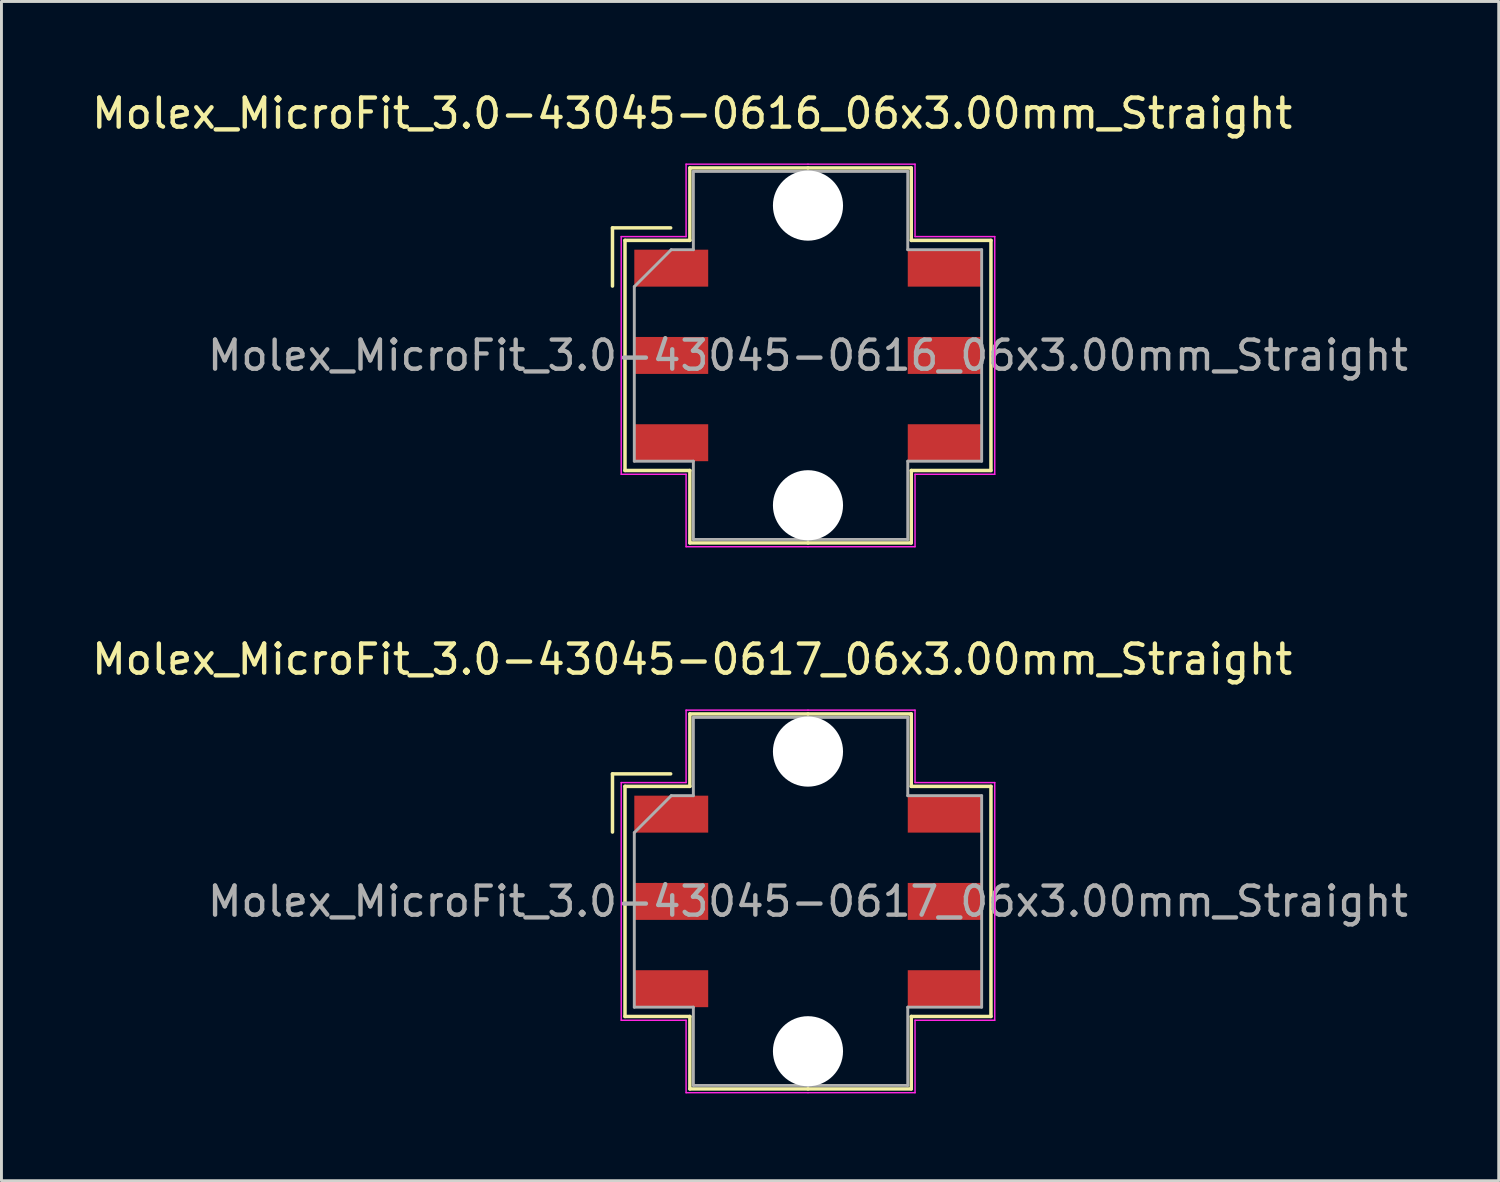
<source format=kicad_pcb>
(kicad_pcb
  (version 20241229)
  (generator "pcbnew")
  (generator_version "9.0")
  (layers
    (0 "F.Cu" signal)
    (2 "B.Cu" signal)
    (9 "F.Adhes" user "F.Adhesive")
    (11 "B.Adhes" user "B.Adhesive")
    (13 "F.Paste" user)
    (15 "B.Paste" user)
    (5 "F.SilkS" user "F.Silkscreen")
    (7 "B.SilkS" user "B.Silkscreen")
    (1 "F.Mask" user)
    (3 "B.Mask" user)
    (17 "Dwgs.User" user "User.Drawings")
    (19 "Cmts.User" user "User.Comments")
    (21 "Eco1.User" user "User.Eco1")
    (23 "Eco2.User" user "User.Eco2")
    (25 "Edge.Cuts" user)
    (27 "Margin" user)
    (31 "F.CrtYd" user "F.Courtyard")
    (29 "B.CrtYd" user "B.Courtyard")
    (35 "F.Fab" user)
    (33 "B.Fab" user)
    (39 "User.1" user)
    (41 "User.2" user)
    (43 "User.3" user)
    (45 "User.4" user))
  (footprint "Molex_MicroFit_3.0-43045-0616_06x3.00mm_Straight"
    (layer "F.Cu")
    (at 24.724 9.168)
    (property "Reference" "Molex_MicroFit_3.0-43045-0616_06x3.00mm_Straight" (at -3.98 -8.32 0) (layer "F.SilkS") (effects (font (size 1 1) (thickness 0.15))))
    (attr smd)
    (fp_line (start -6.72 -4.385) (end -6.72 -2.385) (stroke (width 0.12) (type solid)) (layer "F.SilkS"))
    (fp_line (start -6.29 -3.955) (end -4.06 -3.955) (stroke (width 0.12) (type solid)) (layer "F.SilkS"))
    (fp_line (start -6.29 3.955) (end -6.29 -3.955) (stroke (width 0.12) (type solid)) (layer "F.SilkS"))
    (fp_line (start -4.72 -4.385) (end -6.72 -4.385) (stroke (width 0.12) (type solid)) (layer "F.SilkS"))
    (fp_line (start -4.06 -6.445) (end 0 -6.445) (stroke (width 0.12) (type solid)) (layer "F.SilkS"))
    (fp_line (start -4.06 -3.955) (end -4.06 -6.445) (stroke (width 0.12) (type solid)) (layer "F.SilkS"))
    (fp_line (start -4.06 3.955) (end -6.29 3.955) (stroke (width 0.12) (type solid)) (layer "F.SilkS"))
    (fp_line (start -4.06 6.445) (end -4.06 3.955) (stroke (width 0.12) (type solid)) (layer "F.SilkS"))
    (fp_line (start 0 -6.445) (end 3.55 -6.445) (stroke (width 0.12) (type solid)) (layer "F.SilkS"))
    (fp_line (start 0 6.445) (end -4.06 6.445) (stroke (width 0.12) (type solid)) (layer "F.SilkS"))
    (fp_line (start 3.55 -6.445) (end 3.55 -3.955) (stroke (width 0.12) (type solid)) (layer "F.SilkS"))
    (fp_line (start 3.55 -3.955) (end 6.29 -3.955) (stroke (width 0.12) (type solid)) (layer "F.SilkS"))
    (fp_line (start 3.55 3.955) (end 3.55 6.445) (stroke (width 0.12) (type solid)) (layer "F.SilkS"))
    (fp_line (start 3.55 6.445) (end 0 6.445) (stroke (width 0.12) (type solid)) (layer "F.SilkS"))
    (fp_line (start 6.29 -3.955) (end 6.29 3.955) (stroke (width 0.12) (type solid)) (layer "F.SilkS"))
    (fp_line (start 6.29 3.955) (end 3.55 3.955) (stroke (width 0.12) (type solid)) (layer "F.SilkS"))
    (fp_line (start -6.42 -4.085) (end -4.19 -4.085) (stroke (width 0.05) (type solid)) (layer "F.CrtYd"))
    (fp_line (start -6.42 4.085) (end -6.42 -4.085) (stroke (width 0.05) (type solid)) (layer "F.CrtYd"))
    (fp_line (start -4.19 -6.575) (end 0 -6.575) (stroke (width 0.05) (type solid)) (layer "F.CrtYd"))
    (fp_line (start -4.19 -4.085) (end -4.19 -6.575) (stroke (width 0.05) (type solid)) (layer "F.CrtYd"))
    (fp_line (start -4.19 4.085) (end -6.42 4.085) (stroke (width 0.05) (type solid)) (layer "F.CrtYd"))
    (fp_line (start -4.19 6.575) (end -4.19 4.085) (stroke (width 0.05) (type solid)) (layer "F.CrtYd"))
    (fp_line (start 0 -6.575) (end 3.68 -6.575) (stroke (width 0.05) (type solid)) (layer "F.CrtYd"))
    (fp_line (start 0 6.575) (end -4.19 6.575) (stroke (width 0.05) (type solid)) (layer "F.CrtYd"))
    (fp_line (start 3.68 -6.575) (end 3.68 -4.085) (stroke (width 0.05) (type solid)) (layer "F.CrtYd"))
    (fp_line (start 3.68 -4.085) (end 6.42 -4.085) (stroke (width 0.05) (type solid)) (layer "F.CrtYd"))
    (fp_line (start 3.68 4.085) (end 3.68 6.575) (stroke (width 0.05) (type solid)) (layer "F.CrtYd"))
    (fp_line (start 3.68 6.575) (end 0 6.575) (stroke (width 0.05) (type solid)) (layer "F.CrtYd"))
    (fp_line (start 6.42 -4.085) (end 6.42 4.085) (stroke (width 0.05) (type solid)) (layer "F.CrtYd"))
    (fp_line (start 6.42 4.085) (end 3.68 4.085) (stroke (width 0.05) (type solid)) (layer "F.CrtYd"))
    (fp_line (start -5.97 -2.365) (end -4.7 -3.635) (stroke (width 0.1) (type solid)) (layer "F.Fab"))
    (fp_line (start -5.97 3.635) (end -5.97 -2.365) (stroke (width 0.1) (type solid)) (layer "F.Fab"))
    (fp_line (start -4.7 -3.635) (end -3.94 -3.635) (stroke (width 0.1) (type solid)) (layer "F.Fab"))
    (fp_line (start -3.94 -6.325) (end 0 -6.325) (stroke (width 0.1) (type solid)) (layer "F.Fab"))
    (fp_line (start -3.94 -3.635) (end -3.94 -6.325) (stroke (width 0.1) (type solid)) (layer "F.Fab"))
    (fp_line (start -3.94 3.635) (end -5.97 3.635) (stroke (width 0.1) (type solid)) (layer "F.Fab"))
    (fp_line (start -3.94 6.325) (end -3.94 3.635) (stroke (width 0.1) (type solid)) (layer "F.Fab"))
    (fp_line (start 0 -6.325) (end 3.43 -6.325) (stroke (width 0.1) (type solid)) (layer "F.Fab"))
    (fp_line (start 0 6.325) (end -3.94 6.325) (stroke (width 0.1) (type solid)) (layer "F.Fab"))
    (fp_line (start 3.43 -6.325) (end 3.43 -3.635) (stroke (width 0.1) (type solid)) (layer "F.Fab"))
    (fp_line (start 3.43 -3.635) (end 5.97 -3.635) (stroke (width 0.1) (type solid)) (layer "F.Fab"))
    (fp_line (start 3.43 3.635) (end 3.43 6.325) (stroke (width 0.1) (type solid)) (layer "F.Fab"))
    (fp_line (start 3.43 6.325) (end 0 6.325) (stroke (width 0.1) (type solid)) (layer "F.Fab"))
    (fp_line (start 5.97 -3.635) (end 5.97 3.635) (stroke (width 0.1) (type solid)) (layer "F.Fab"))
    (fp_line (start 5.97 3.635) (end 3.43 3.635) (stroke (width 0.1) (type solid)) (layer "F.Fab"))
    (fp_text user "${REFERENCE}" (at 0 0 0) (layer "F.Fab") (effects (font (size 1 1) (thickness 0.15))))
    (pad "" np_thru_hole circle (at 0 -5.15) (size 2.41 2.41) (drill 2.41) (layers "*.Cu"))
    (pad "" np_thru_hole circle (at 0 5.15) (size 2.41 2.41) (drill 2.41) (layers "*.Cu"))
    (pad "1" smd rect (at -4.7 -3) (size 2.54 1.27) (layers "F.Cu" "F.Mask" "F.Paste"))
    (pad "2" smd rect (at -4.7 0) (size 2.54 1.27) (layers "F.Cu" "F.Mask" "F.Paste"))
    (pad "3" smd rect (at -4.7 3) (size 2.54 1.27) (layers "F.Cu" "F.Mask" "F.Paste"))
    (pad "4" smd rect (at 4.7 3) (size 2.54 1.27) (layers "F.Cu" "F.Mask" "F.Paste"))
    (pad "5" smd rect (at 4.7 0) (size 2.54 1.27) (layers "F.Cu" "F.Mask" "F.Paste"))
    (pad "6" smd rect (at 4.7 -3) (size 2.54 1.27) (layers "F.Cu" "F.Mask" "F.Paste")))
  (footprint "Molex_MicroFit_3.0-43045-0617_06x3.00mm_Straight"
    (layer "F.Cu")
    (at 24.724 27.936)
    (property "Reference" "Molex_MicroFit_3.0-43045-0617_06x3.00mm_Straight" (at -3.98 -8.32 0) (layer "F.SilkS") (effects (font (size 1 1) (thickness 0.15))))
    (attr smd)
    (fp_line (start -6.72 -4.385) (end -6.72 -2.385) (stroke (width 0.12) (type solid)) (layer "F.SilkS"))
    (fp_line (start -6.29 -3.955) (end -4.06 -3.955) (stroke (width 0.12) (type solid)) (layer "F.SilkS"))
    (fp_line (start -6.29 3.955) (end -6.29 -3.955) (stroke (width 0.12) (type solid)) (layer "F.SilkS"))
    (fp_line (start -4.72 -4.385) (end -6.72 -4.385) (stroke (width 0.12) (type solid)) (layer "F.SilkS"))
    (fp_line (start -4.06 -6.445) (end 0 -6.445) (stroke (width 0.12) (type solid)) (layer "F.SilkS"))
    (fp_line (start -4.06 -3.955) (end -4.06 -6.445) (stroke (width 0.12) (type solid)) (layer "F.SilkS"))
    (fp_line (start -4.06 3.955) (end -6.29 3.955) (stroke (width 0.12) (type solid)) (layer "F.SilkS"))
    (fp_line (start -4.06 6.445) (end -4.06 3.955) (stroke (width 0.12) (type solid)) (layer "F.SilkS"))
    (fp_line (start 0 -6.445) (end 3.55 -6.445) (stroke (width 0.12) (type solid)) (layer "F.SilkS"))
    (fp_line (start 0 6.445) (end -4.06 6.445) (stroke (width 0.12) (type solid)) (layer "F.SilkS"))
    (fp_line (start 3.55 -6.445) (end 3.55 -3.955) (stroke (width 0.12) (type solid)) (layer "F.SilkS"))
    (fp_line (start 3.55 -3.955) (end 6.29 -3.955) (stroke (width 0.12) (type solid)) (layer "F.SilkS"))
    (fp_line (start 3.55 3.955) (end 3.55 6.445) (stroke (width 0.12) (type solid)) (layer "F.SilkS"))
    (fp_line (start 3.55 6.445) (end 0 6.445) (stroke (width 0.12) (type solid)) (layer "F.SilkS"))
    (fp_line (start 6.29 -3.955) (end 6.29 3.955) (stroke (width 0.12) (type solid)) (layer "F.SilkS"))
    (fp_line (start 6.29 3.955) (end 3.55 3.955) (stroke (width 0.12) (type solid)) (layer "F.SilkS"))
    (fp_line (start -6.42 -4.085) (end -4.19 -4.085) (stroke (width 0.05) (type solid)) (layer "F.CrtYd"))
    (fp_line (start -6.42 4.085) (end -6.42 -4.085) (stroke (width 0.05) (type solid)) (layer "F.CrtYd"))
    (fp_line (start -4.19 -6.575) (end 0 -6.575) (stroke (width 0.05) (type solid)) (layer "F.CrtYd"))
    (fp_line (start -4.19 -4.085) (end -4.19 -6.575) (stroke (width 0.05) (type solid)) (layer "F.CrtYd"))
    (fp_line (start -4.19 4.085) (end -6.42 4.085) (stroke (width 0.05) (type solid)) (layer "F.CrtYd"))
    (fp_line (start -4.19 6.575) (end -4.19 4.085) (stroke (width 0.05) (type solid)) (layer "F.CrtYd"))
    (fp_line (start 0 -6.575) (end 3.68 -6.575) (stroke (width 0.05) (type solid)) (layer "F.CrtYd"))
    (fp_line (start 0 6.575) (end -4.19 6.575) (stroke (width 0.05) (type solid)) (layer "F.CrtYd"))
    (fp_line (start 3.68 -6.575) (end 3.68 -4.085) (stroke (width 0.05) (type solid)) (layer "F.CrtYd"))
    (fp_line (start 3.68 -4.085) (end 6.42 -4.085) (stroke (width 0.05) (type solid)) (layer "F.CrtYd"))
    (fp_line (start 3.68 4.085) (end 3.68 6.575) (stroke (width 0.05) (type solid)) (layer "F.CrtYd"))
    (fp_line (start 3.68 6.575) (end 0 6.575) (stroke (width 0.05) (type solid)) (layer "F.CrtYd"))
    (fp_line (start 6.42 -4.085) (end 6.42 4.085) (stroke (width 0.05) (type solid)) (layer "F.CrtYd"))
    (fp_line (start 6.42 4.085) (end 3.68 4.085) (stroke (width 0.05) (type solid)) (layer "F.CrtYd"))
    (fp_line (start -5.97 -2.365) (end -4.7 -3.635) (stroke (width 0.1) (type solid)) (layer "F.Fab"))
    (fp_line (start -5.97 3.635) (end -5.97 -2.365) (stroke (width 0.1) (type solid)) (layer "F.Fab"))
    (fp_line (start -4.7 -3.635) (end -3.94 -3.635) (stroke (width 0.1) (type solid)) (layer "F.Fab"))
    (fp_line (start -3.94 -6.325) (end 0 -6.325) (stroke (width 0.1) (type solid)) (layer "F.Fab"))
    (fp_line (start -3.94 -3.635) (end -3.94 -6.325) (stroke (width 0.1) (type solid)) (layer "F.Fab"))
    (fp_line (start -3.94 3.635) (end -5.97 3.635) (stroke (width 0.1) (type solid)) (layer "F.Fab"))
    (fp_line (start -3.94 6.325) (end -3.94 3.635) (stroke (width 0.1) (type solid)) (layer "F.Fab"))
    (fp_line (start 0 -6.325) (end 3.43 -6.325) (stroke (width 0.1) (type solid)) (layer "F.Fab"))
    (fp_line (start 0 6.325) (end -3.94 6.325) (stroke (width 0.1) (type solid)) (layer "F.Fab"))
    (fp_line (start 3.43 -6.325) (end 3.43 -3.635) (stroke (width 0.1) (type solid)) (layer "F.Fab"))
    (fp_line (start 3.43 -3.635) (end 5.97 -3.635) (stroke (width 0.1) (type solid)) (layer "F.Fab"))
    (fp_line (start 3.43 3.635) (end 3.43 6.325) (stroke (width 0.1) (type solid)) (layer "F.Fab"))
    (fp_line (start 3.43 6.325) (end 0 6.325) (stroke (width 0.1) (type solid)) (layer "F.Fab"))
    (fp_line (start 5.97 -3.635) (end 5.97 3.635) (stroke (width 0.1) (type solid)) (layer "F.Fab"))
    (fp_line (start 5.97 3.635) (end 3.43 3.635) (stroke (width 0.1) (type solid)) (layer "F.Fab"))
    (fp_text user "${REFERENCE}" (at 0 0 0) (layer "F.Fab") (effects (font (size 1 1) (thickness 0.15))))
    (pad "" np_thru_hole circle (at 0 -5.15) (size 2.41 2.41) (drill 2.41) (layers "*.Cu"))
    (pad "" np_thru_hole circle (at 0 5.15) (size 2.41 2.41) (drill 2.41) (layers "*.Cu"))
    (pad "1" smd rect (at -4.7 -3) (size 2.54 1.27) (layers "F.Cu" "F.Mask" "F.Paste"))
    (pad "2" smd rect (at -4.7 0) (size 2.54 1.27) (layers "F.Cu" "F.Mask" "F.Paste"))
    (pad "3" smd rect (at -4.7 3) (size 2.54 1.27) (layers "F.Cu" "F.Mask" "F.Paste"))
    (pad "4" smd rect (at 4.7 3) (size 2.54 1.27) (layers "F.Cu" "F.Mask" "F.Paste"))
    (pad "5" smd rect (at 4.7 0) (size 2.54 1.27) (layers "F.Cu" "F.Mask" "F.Paste"))
    (pad "6" smd rect (at 4.7 -3) (size 2.54 1.27) (layers "F.Cu" "F.Mask" "F.Paste")))
  (gr_rect
    (start -3 -3)
    (end 48.468 37.536)
    (stroke (width 0.1) (type default))
    (fill no)
    (layer "Edge.Cuts")))
</source>
